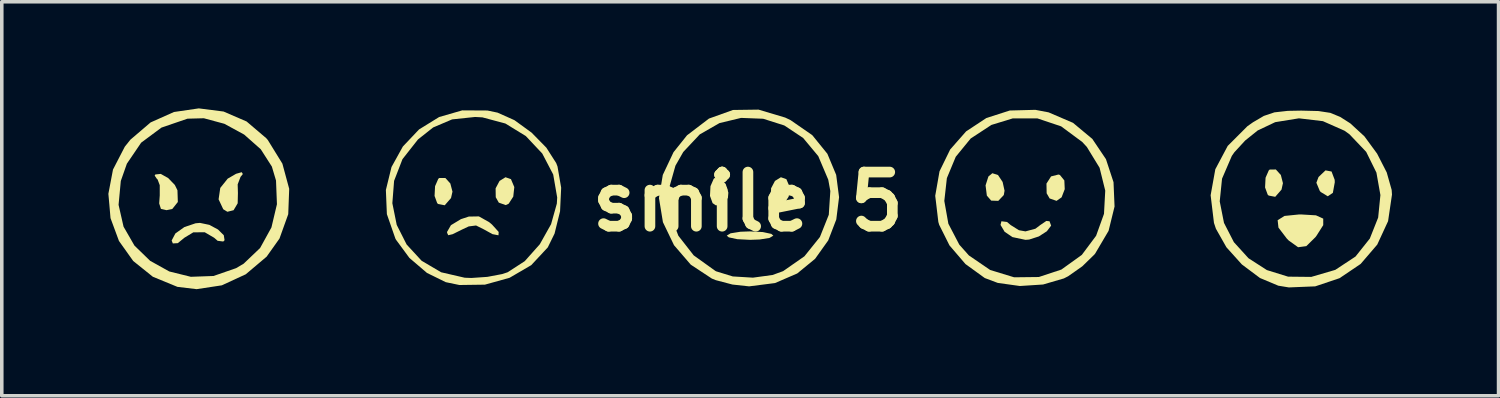
<source format=kicad_pcb>
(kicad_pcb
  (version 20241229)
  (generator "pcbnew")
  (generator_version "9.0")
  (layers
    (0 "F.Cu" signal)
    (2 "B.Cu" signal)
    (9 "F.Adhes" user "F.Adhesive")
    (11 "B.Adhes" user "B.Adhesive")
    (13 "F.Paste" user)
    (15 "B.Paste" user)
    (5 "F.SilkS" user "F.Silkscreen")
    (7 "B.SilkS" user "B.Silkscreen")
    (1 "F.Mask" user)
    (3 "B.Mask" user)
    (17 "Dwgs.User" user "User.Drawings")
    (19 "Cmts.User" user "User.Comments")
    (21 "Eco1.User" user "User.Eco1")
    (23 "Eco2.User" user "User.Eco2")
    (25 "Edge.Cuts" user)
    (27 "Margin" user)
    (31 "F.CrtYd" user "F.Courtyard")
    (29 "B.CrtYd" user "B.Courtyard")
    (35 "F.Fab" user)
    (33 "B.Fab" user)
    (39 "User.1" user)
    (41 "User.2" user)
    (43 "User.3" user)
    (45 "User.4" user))
  (footprint "smile 5"
    (layer "F.Cu")
    (at 17.999 2.627)
    (property "Reference" "smile 5" (at 0 0 0) (layer "F.SilkS") (effects (font (size 1.524 1.524) (thickness 0.3))))
    (attr board_only exclude_from_pos_files exclude_from_bom)
    (fp_poly (pts (xy -6.669 -0.635) (xy -6.575 -0.412) (xy -6.604 -0.144) (xy -6.733 0.056) (xy -6.817 0.095) (xy -7.011 0.026) (xy -7.097 -0.126) (xy -7.101 -0.376) (xy -6.99 -0.585) (xy -6.823 -0.689)) (stroke (width 0) (type solid)) (fill yes) (layer "F.SilkS"))
    (fp_poly (pts (xy 1.082 -0.635) (xy 1.176 -0.412) (xy 1.147 -0.144) (xy 1.019 0.056) (xy 0.934 0.095) (xy 0.74 0.026) (xy 0.654 -0.126) (xy 0.651 -0.376) (xy 0.761 -0.585) (xy 0.928 -0.689)) (stroke (width 0) (type solid)) (fill yes) (layer "F.SilkS"))
    (fp_poly (pts (xy 7.038 -0.751) (xy 7.168 -0.556) (xy 7.222 -0.31) (xy 7.201 -0.188) (xy 7.046 -0.024) (xy 6.846 -0.031) (xy 6.724 -0.172) (xy 6.688 -0.46) (xy 6.768 -0.71) (xy 6.879 -0.802)) (stroke (width 0) (type solid)) (fill yes) (layer "F.SilkS"))
    (fp_poly (pts (xy 8.78 -0.753) (xy 8.905 -0.599) (xy 8.916 -0.353) (xy 8.828 -0.124) (xy 8.686 -0.024) (xy 8.491 -0.092) (xy 8.407 -0.237) (xy 8.402 -0.511) (xy 8.531 -0.712) (xy 8.738 -0.765)) (stroke (width 0) (type solid)) (fill yes) (layer "F.SilkS"))
    (fp_poly (pts (xy 16.425 -0.85) (xy 16.513 -0.617) (xy 16.516 -0.547) (xy 16.462 -0.25) (xy 16.319 -0.153) (xy 16.121 -0.273) (xy 16.094 -0.304) (xy 15.998 -0.534) (xy 16.059 -0.696) (xy 16.255 -0.882)) (stroke (width 0) (type solid)) (fill yes) (layer "F.SilkS"))
    (fp_poly (pts (xy -8.375 -0.513) (xy -8.315 -0.283) (xy -8.356 -0.103) (xy -8.533 0.1) (xy -8.717 0.065) (xy -8.745 0.04) (xy -8.819 -0.163) (xy -8.805 -0.437) (xy -8.714 -0.645) (xy -8.687 -0.667) (xy -8.515 -0.668)) (stroke (width 0) (type solid)) (fill yes) (layer "F.SilkS"))
    (fp_poly (pts (xy -0.77 -0.66) (xy -0.624 -0.496) (xy -0.551 -0.255) (xy -0.563 -0.114) (xy -0.7 0.086) (xy -0.903 0.102) (xy -0.994 0.04) (xy -1.068 -0.163) (xy -1.054 -0.437) (xy -0.963 -0.645) (xy -0.936 -0.667)) (stroke (width 0) (type solid)) (fill yes) (layer "F.SilkS"))
    (fp_poly (pts (xy 14.998 -0.752) (xy 15.057 -0.522) (xy 15.017 -0.341) (xy 14.84 -0.138) (xy 14.656 -0.173) (xy 14.628 -0.199) (xy 14.554 -0.401) (xy 14.568 -0.675) (xy 14.659 -0.883) (xy 14.686 -0.906) (xy 14.858 -0.907)) (stroke (width 0) (type solid)) (fill yes) (layer "F.SilkS"))
    (fp_poly (pts (xy 0.419 0.854) (xy 0.657 0.905) (xy 0.715 0.954) (xy 0.608 1.019) (xy 0.33 1.063) (xy 0.06 1.073) (xy -0.3 1.054) (xy -0.538 1.003) (xy -0.596 0.954) (xy -0.488 0.889) (xy -0.21 0.845) (xy 0.06 0.835)) (stroke (width 0) (type solid)) (fill yes) (layer "F.SilkS"))
    (fp_poly (pts (xy -14.215 -0.779) (xy -14.28 -0.698) (xy -14.36 -0.488) (xy -14.353 -0.244) (xy -14.36 0.045) (xy -14.475 0.239) (xy -14.65 0.283) (xy -14.766 0.212) (xy -14.897 -0.067) (xy -14.85 -0.388) (xy -14.641 -0.649) (xy -14.405 -0.786) (xy -14.246 -0.831)) (stroke (width 0) (type solid)) (fill yes) (layer "F.SilkS"))
    (fp_poly (pts (xy 15.986 0.383) (xy 16.191 0.476) (xy 16.191 0.659) (xy 16.002 0.957) (xy 15.971 0.998) (xy 15.715 1.25) (xy 15.484 1.281) (xy 15.221 1.093) (xy 15.165 1.036) (xy 14.931 0.729) (xy 14.908 0.52) (xy 15.101 0.4) (xy 15.517 0.358) (xy 15.562 0.358)) (stroke (width 0) (type solid)) (fill yes) (layer "F.SilkS"))
    (fp_poly (pts (xy -16.315 -0.665) (xy -16.128 -0.471) (xy -16.055 -0.322) (xy -16.044 0.008) (xy -16.199 0.203) (xy -16.363 0.238) (xy -16.52 0.202) (xy -16.569 0.049) (xy -16.553 -0.177) (xy -16.553 -0.465) (xy -16.615 -0.629) (xy -16.63 -0.638) (xy -16.696 -0.735) (xy -16.677 -0.767) (xy -16.525 -0.783)) (stroke (width 0) (type solid)) (fill yes) (layer "F.SilkS"))
    (fp_poly (pts (xy -15.158 0.651) (xy -14.914 0.782) (xy -14.751 0.943) (xy -14.729 1.084) (xy -14.766 1.12) (xy -14.924 1.1) (xy -15.026 1.012) (xy -15.288 0.859) (xy -15.609 0.862) (xy -15.86 1.014) (xy -16.045 1.166) (xy -16.185 1.174) (xy -16.218 1.092) (xy -16.114 0.894) (xy -15.861 0.714) (xy -15.545 0.607) (xy -15.422 0.596)) (stroke (width 0) (type solid)) (fill yes) (layer "F.SilkS"))
    (fp_poly (pts (xy -7.283 0.575) (xy -7.202 0.643) (xy -7.015 0.85) (xy -7.02 0.945) (xy -7.188 0.913) (xy -7.431 0.779) (xy -7.651 0.669) (xy -7.858 0.695) (xy -8.037 0.779) (xy -8.31 0.914) (xy -8.434 0.943) (xy -8.466 0.875) (xy -8.467 0.849) (xy -8.358 0.66) (xy -8.076 0.49) (xy -7.857 0.418) (xy -7.572 0.413)) (stroke (width 0) (type solid)) (fill yes) (layer "F.SilkS"))
    (fp_poly (pts (xy 8.488 0.55) (xy 8.533 0.673) (xy 8.413 0.831) (xy 8.187 0.977) (xy 7.915 1.065) (xy 7.811 1.073) (xy 7.446 0.996) (xy 7.225 0.847) (xy 7.109 0.653) (xy 7.134 0.55) (xy 7.292 0.57) (xy 7.395 0.657) (xy 7.627 0.802) (xy 7.811 0.835) (xy 8.091 0.76) (xy 8.227 0.657) (xy 8.398 0.541)) (stroke (width 0) (type solid)) (fill yes) (layer "F.SilkS"))
    (fp_poly (pts (xy -14.757 -2.538) (xy -14.109 -2.258) (xy -13.555 -1.787) (xy -13.513 -1.738) (xy -13.102 -1.072) (xy -12.91 -0.363) (xy -12.937 0.351) (xy -13.183 1.036) (xy -13.545 1.546) (xy -14.132 2.042) (xy -14.806 2.353) (xy -15.516 2.461) (xy -16.056 2.396) (xy -16.747 2.112) (xy -17.3 1.668) (xy -17.701 1.105) (xy -17.939 0.461) (xy -17.971 0.088) (xy -17.712 0.088) (xy -17.572 0.702) (xy -17.265 1.235) (xy -16.824 1.663) (xy -16.284 1.963) (xy -15.678 2.113) (xy -15.04 2.09) (xy -14.405 1.87) (xy -14.192 1.744) (xy -13.729 1.303) (xy -13.41 0.724) (xy -13.255 0.07) (xy -13.281 -0.596) (xy -13.398 -0.989) (xy -13.71 -1.476) (xy -14.178 -1.89) (xy -14.734 -2.193) (xy -15.312 -2.349) (xy -15.772 -2.337) (xy -16.505 -2.086) (xy -17.076 -1.662) (xy -17.478 -1.071) (xy -17.649 -0.585) (xy -17.712 0.088) (xy -17.971 0.088) (xy -17.999 -0.222) (xy -17.869 -0.905) (xy -17.537 -1.548) (xy -17.379 -1.746) (xy -16.81 -2.232) (xy -16.153 -2.525) (xy -15.454 -2.627)) (stroke (width 0) (type solid)) (fill yes) (layer "F.SilkS"))
    (fp_poly (pts (xy 1.049 -2.368) (xy 1.2 -2.296) (xy 1.81 -1.874) (xy 2.236 -1.349) (xy 2.484 -0.755) (xy 2.565 -0.127) (xy 2.487 0.499) (xy 2.26 1.089) (xy 1.89 1.607) (xy 1.388 2.019) (xy 0.763 2.289) (xy 0.034 2.382) (xy -0.435 2.331) (xy -0.903 2.208) (xy -1.015 2.163) (xy -1.608 1.772) (xy -2.08 1.224) (xy -2.392 0.576) (xy -2.504 -0.105) (xy -2.464 -0.342) (xy -2.23 -0.342) (xy -2.198 0.328) (xy -1.958 0.957) (xy -1.526 1.51) (xy -0.915 1.948) (xy -0.894 1.959) (xy -0.426 2.103) (xy 0.141 2.137) (xy 0.692 2.062) (xy 0.99 1.954) (xy 1.59 1.536) (xy 2.026 0.993) (xy 2.276 0.367) (xy 2.319 -0.3) (xy 2.261 -0.619) (xy 1.979 -1.284) (xy 1.554 -1.794) (xy 1.024 -2.146) (xy 0.429 -2.335) (xy -0.192 -2.359) (xy -0.8 -2.213) (xy -1.355 -1.895) (xy -1.82 -1.4) (xy -2.04 -1.014) (xy -2.23 -0.342) (xy -2.464 -0.342) (xy -2.396 -0.754) (xy -2.094 -1.394) (xy -1.714 -1.869) (xy -1.096 -2.34) (xy -0.421 -2.582) (xy 0.298 -2.592)) (stroke (width 0) (type solid)) (fill yes) (layer "F.SilkS"))
    (fp_poly (pts (xy 8.462 -2.515) (xy 9.149 -2.22) (xy 9.692 -1.768) (xy 10.076 -1.198) (xy 10.289 -0.55) (xy 10.318 0.135) (xy 10.15 0.819) (xy 9.772 1.46) (xy 9.749 1.488) (xy 9.41 1.818) (xy 9.013 2.097) (xy 8.892 2.159) (xy 8.306 2.33) (xy 7.653 2.372) (xy 7.031 2.285) (xy 6.666 2.148) (xy 6.122 1.754) (xy 5.672 1.229) (xy 5.383 0.651) (xy 5.359 0.57) (xy 5.289 -0.021) (xy 5.527 -0.021) (xy 5.641 0.619) (xy 5.949 1.209) (xy 6.219 1.512) (xy 6.819 1.922) (xy 7.492 2.127) (xy 8.187 2.119) (xy 8.822 1.909) (xy 9.397 1.496) (xy 9.799 0.958) (xy 10.021 0.341) (xy 10.056 -0.312) (xy 9.897 -0.955) (xy 9.537 -1.543) (xy 9.409 -1.681) (xy 8.815 -2.121) (xy 8.15 -2.344) (xy 7.45 -2.344) (xy 6.852 -2.161) (xy 6.269 -1.779) (xy 5.849 -1.265) (xy 5.599 -0.664) (xy 5.527 -0.021) (xy 5.289 -0.021) (xy 5.271 -0.166) (xy 5.392 -0.856) (xy 5.692 -1.47) (xy 6.141 -1.98) (xy 6.71 -2.355) (xy 7.369 -2.567) (xy 8.089 -2.586)) (stroke (width 0) (type solid)) (fill yes) (layer "F.SilkS"))
    (fp_poly (pts (xy -7.332 -2.567) (xy -7.046 -2.507) (xy -6.571 -2.295) (xy -6.089 -1.945) (xy -5.673 -1.521) (xy -5.396 -1.088) (xy -5.359 -0.991) (xy -5.256 -0.394) (xy -5.287 0.269) (xy -5.442 0.897) (xy -5.633 1.286) (xy -6.098 1.785) (xy -6.708 2.141) (xy -7.402 2.334) (xy -8.12 2.344) (xy -8.504 2.264) (xy -9.033 2.004) (xy -9.527 1.582) (xy -9.904 1.07) (xy -9.922 1.037) (xy -10.161 0.35) (xy -10.174 0.042) (xy -10.007 0.042) (xy -9.884 0.652) (xy -9.605 1.204) (xy -9.183 1.662) (xy -8.633 1.986) (xy -7.97 2.139) (xy -7.784 2.146) (xy -7.334 2.115) (xy -6.916 2.036) (xy -6.762 1.985) (xy -6.281 1.673) (xy -5.857 1.197) (xy -5.54 0.632) (xy -5.378 0.054) (xy -5.368 -0.119) (xy -5.48 -0.766) (xy -5.788 -1.356) (xy -6.251 -1.848) (xy -6.826 -2.201) (xy -7.473 -2.374) (xy -7.679 -2.385) (xy -8.325 -2.317) (xy -8.859 -2.09) (xy -9.286 -1.752) (xy -9.722 -1.198) (xy -9.958 -0.587) (xy -10.007 0.042) (xy -10.174 0.042) (xy -10.189 -0.331) (xy -10.031 -0.976) (xy -9.711 -1.554) (xy -9.256 -2.034) (xy -8.691 -2.383) (xy -8.041 -2.571)) (stroke (width 0) (type solid)) (fill yes) (layer "F.SilkS"))
    (fp_poly (pts (xy 16.055 -2.552) (xy 16.39 -2.501) (xy 16.669 -2.386) (xy 16.953 -2.205) (xy 17.35 -1.84) (xy 17.707 -1.353) (xy 17.978 -0.824) (xy 18.117 -0.332) (xy 18.126 -0.201) (xy 18.016 0.547) (xy 17.711 1.207) (xy 17.244 1.751) (xy 16.65 2.152) (xy 15.966 2.382) (xy 15.224 2.412) (xy 14.926 2.363) (xy 14.411 2.147) (xy 13.902 1.766) (xy 13.466 1.282) (xy 13.171 0.761) (xy 13.116 0.597) (xy 13.043 -0.009) (xy 13.278 -0.009) (xy 13.398 0.596) (xy 13.677 1.139) (xy 14.088 1.591) (xy 14.605 1.924) (xy 15.202 2.109) (xy 15.854 2.116) (xy 16.53 1.918) (xy 17.099 1.543) (xy 17.502 1.037) (xy 17.737 0.446) (xy 17.8 -0.187) (xy 17.688 -0.819) (xy 17.4 -1.403) (xy 16.93 -1.897) (xy 16.79 -1.998) (xy 16.182 -2.267) (xy 15.507 -2.347) (xy 14.84 -2.239) (xy 14.346 -2.005) (xy 13.993 -1.721) (xy 13.691 -1.393) (xy 13.619 -1.29) (xy 13.343 -0.648) (xy 13.278 -0.009) (xy 13.043 -0.009) (xy 13.022 -0.182) (xy 13.154 -0.914) (xy 13.503 -1.571) (xy 14.056 -2.124) (xy 14.213 -2.235) (xy 14.52 -2.415) (xy 14.817 -2.515) (xy 15.193 -2.557) (xy 15.573 -2.564)) (stroke (width 0) (type solid)) (fill yes) (layer "F.SilkS")))
  (gr_rect
    (start -3 -3)
    (end 39.124 8.088)
    (stroke (width 0.1) (type default))
    (fill no)
    (layer "Edge.Cuts")))
</source>
